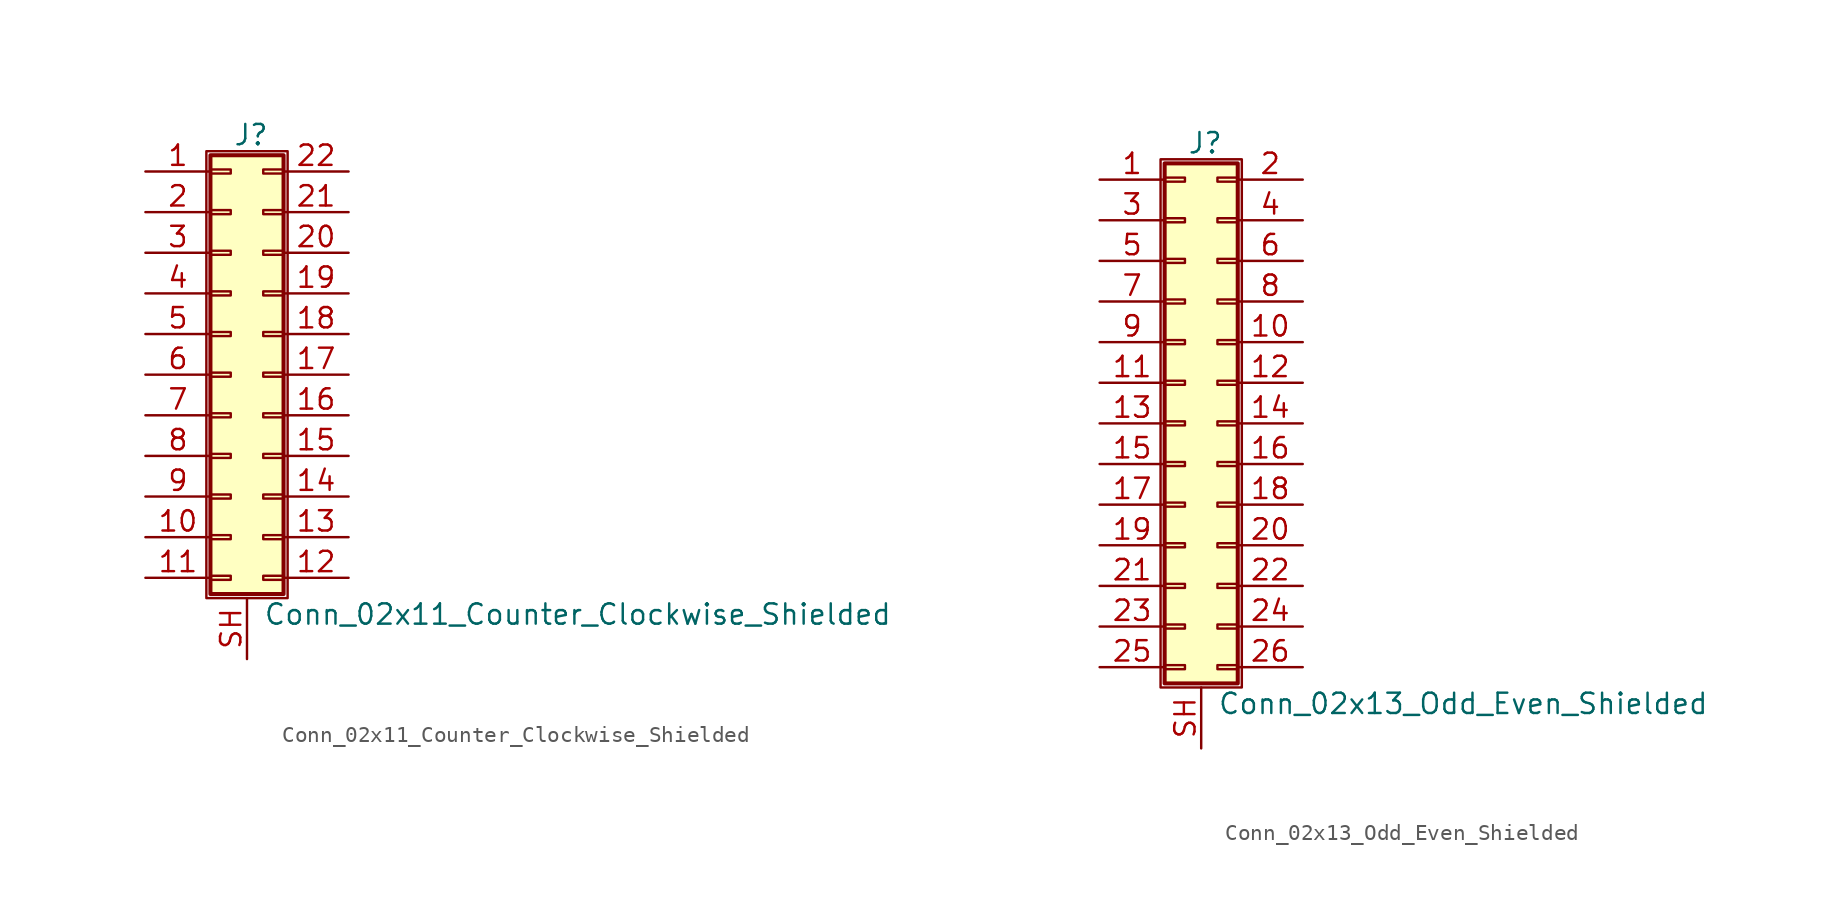
<source format=kicad_sym>
(kicad_symbol_lib
  (version 20201005)
  (generator kicad_symbol_editor)
  (symbol "Conn_02x11_Counter_Clockwise_Shielded"
    (pin_names
      (offset 1.016) hide)
    (property "Reference" "J"
      (at 1.524 14.986 0)
      (effects (font (size 1.27 1.27))))
    (property "Value" "Conn_02x11_Counter_Clockwise_Shielded"
      (at 2.286 -14.986 0)
      (effects (font (size 1.27 1.27)) (justify left)))
    (symbol "Conn_02x11_Counter_Clockwise_Shielded_1_1"
      (rectangle (start -1.27 13.97) (end 3.81 -13.97) (stroke (width 0.152)) (fill (type none)))
      (rectangle (start -1.016 -12.573) (end 0.254 -12.827) (stroke (width 0.152)) (fill (type none)))
      (rectangle (start -1.016 -10.033) (end 0.254 -10.287) (stroke (width 0.152)) (fill (type none)))
      (rectangle (start -1.016 -7.493) (end 0.254 -7.747) (stroke (width 0.152)) (fill (type none)))
      (rectangle (start -1.016 -4.953) (end 0.254 -5.207) (stroke (width 0.152)) (fill (type none)))
      (rectangle (start -1.016 -2.413) (end 0.254 -2.667) (stroke (width 0.152)) (fill (type none)))
      (rectangle (start -1.016 0.127) (end 0.254 -0.127) (stroke (width 0.152)) (fill (type none)))
      (rectangle (start -1.016 2.667) (end 0.254 2.413) (stroke (width 0.152)) (fill (type none)))
      (rectangle (start -1.016 5.207) (end 0.254 4.953) (stroke (width 0.152)) (fill (type none)))
      (rectangle (start -1.016 7.747) (end 0.254 7.493) (stroke (width 0.152)) (fill (type none)))
      (rectangle (start -1.016 10.287) (end 0.254 10.033) (stroke (width 0.152)) (fill (type none)))
      (rectangle (start -1.016 12.827) (end 0.254 12.573) (stroke (width 0.152)) (fill (type none)))
      (rectangle (start -1.016 13.716) (end 3.556 -13.716) (stroke (width 0.254)) (fill (type background)))
      (rectangle (start 3.556 -12.573) (end 2.286 -12.827) (stroke (width 0.152)) (fill (type none)))
      (rectangle (start 3.556 -10.033) (end 2.286 -10.287) (stroke (width 0.152)) (fill (type none)))
      (rectangle (start 3.556 -7.493) (end 2.286 -7.747) (stroke (width 0.152)) (fill (type none)))
      (rectangle (start 3.556 -4.953) (end 2.286 -5.207) (stroke (width 0.152)) (fill (type none)))
      (rectangle (start 3.556 -2.413) (end 2.286 -2.667) (stroke (width 0.152)) (fill (type none)))
      (rectangle (start 3.556 0.127) (end 2.286 -0.127) (stroke (width 0.152)) (fill (type none)))
      (rectangle (start 3.556 2.667) (end 2.286 2.413) (stroke (width 0.152)) (fill (type none)))
      (rectangle (start 3.556 5.207) (end 2.286 4.953) (stroke (width 0.152)) (fill (type none)))
      (rectangle (start 3.556 7.747) (end 2.286 7.493) (stroke (width 0.152)) (fill (type none)))
      (rectangle (start 3.556 10.287) (end 2.286 10.033) (stroke (width 0.152)) (fill (type none)))
      (rectangle (start 3.556 12.827) (end 2.286 12.573) (stroke (width 0.152)) (fill (type none)))
      (pin passive line (at -5.08 12.7 0) (length 4.064) (name "Pin_1" (effects (font (size 1.27 1.27)))) (number "1" (effects (font (size 1.27 1.27)))))
      (pin passive line (at -5.08 -10.16 0) (length 4.064) (name "Pin_10" (effects (font (size 1.27 1.27)))) (number "10" (effects (font (size 1.27 1.27)))))
      (pin passive line (at -5.08 -12.7 0) (length 4.064) (name "Pin_11" (effects (font (size 1.27 1.27)))) (number "11" (effects (font (size 1.27 1.27)))))
      (pin passive line (at 7.62 -12.7 180) (length 4.064) (name "Pin_12" (effects (font (size 1.27 1.27)))) (number "12" (effects (font (size 1.27 1.27)))))
      (pin passive line (at 7.62 -10.16 180) (length 4.064) (name "Pin_13" (effects (font (size 1.27 1.27)))) (number "13" (effects (font (size 1.27 1.27)))))
      (pin passive line (at 7.62 -7.62 180) (length 4.064) (name "Pin_14" (effects (font (size 1.27 1.27)))) (number "14" (effects (font (size 1.27 1.27)))))
      (pin passive line (at 7.62 -5.08 180) (length 4.064) (name "Pin_15" (effects (font (size 1.27 1.27)))) (number "15" (effects (font (size 1.27 1.27)))))
      (pin passive line (at 7.62 -2.54 180) (length 4.064) (name "Pin_16" (effects (font (size 1.27 1.27)))) (number "16" (effects (font (size 1.27 1.27)))))
      (pin passive line (at 7.62 0 180) (length 4.064) (name "Pin_17" (effects (font (size 1.27 1.27)))) (number "17" (effects (font (size 1.27 1.27)))))
      (pin passive line (at 7.62 2.54 180) (length 4.064) (name "Pin_18" (effects (font (size 1.27 1.27)))) (number "18" (effects (font (size 1.27 1.27)))))
      (pin passive line (at 7.62 5.08 180) (length 4.064) (name "Pin_19" (effects (font (size 1.27 1.27)))) (number "19" (effects (font (size 1.27 1.27)))))
      (pin passive line (at -5.08 10.16 0) (length 4.064) (name "Pin_2" (effects (font (size 1.27 1.27)))) (number "2" (effects (font (size 1.27 1.27)))))
      (pin passive line (at 7.62 7.62 180) (length 4.064) (name "Pin_20" (effects (font (size 1.27 1.27)))) (number "20" (effects (font (size 1.27 1.27)))))
      (pin passive line (at 7.62 10.16 180) (length 4.064) (name "Pin_21" (effects (font (size 1.27 1.27)))) (number "21" (effects (font (size 1.27 1.27)))))
      (pin passive line (at 7.62 12.7 180) (length 4.064) (name "Pin_22" (effects (font (size 1.27 1.27)))) (number "22" (effects (font (size 1.27 1.27)))))
      (pin passive line (at -5.08 7.62 0) (length 4.064) (name "Pin_3" (effects (font (size 1.27 1.27)))) (number "3" (effects (font (size 1.27 1.27)))))
      (pin passive line (at -5.08 5.08 0) (length 4.064) (name "Pin_4" (effects (font (size 1.27 1.27)))) (number "4" (effects (font (size 1.27 1.27)))))
      (pin passive line (at -5.08 2.54 0) (length 4.064) (name "Pin_5" (effects (font (size 1.27 1.27)))) (number "5" (effects (font (size 1.27 1.27)))))
      (pin passive line (at -5.08 0 0) (length 4.064) (name "Pin_6" (effects (font (size 1.27 1.27)))) (number "6" (effects (font (size 1.27 1.27)))))
      (pin passive line (at -5.08 -2.54 0) (length 4.064) (name "Pin_7" (effects (font (size 1.27 1.27)))) (number "7" (effects (font (size 1.27 1.27)))))
      (pin passive line (at -5.08 -5.08 0) (length 4.064) (name "Pin_8" (effects (font (size 1.27 1.27)))) (number "8" (effects (font (size 1.27 1.27)))))
      (pin passive line (at -5.08 -7.62 0) (length 4.064) (name "Pin_9" (effects (font (size 1.27 1.27)))) (number "9" (effects (font (size 1.27 1.27)))))
      (pin passive line (at 1.27 -17.78 90) (length 3.81) (name "Shield" (effects (font (size 1.27 1.27)))) (number "SH" (effects (font (size 1.27 1.27)))))))
  (symbol "Conn_02x13_Odd_Even_Shielded"
    (pin_names
      (offset 1.016) hide)
    (property "Reference" "J"
      (at 1.524 17.526 0)
      (effects (font (size 1.27 1.27))))
    (property "Value" "Conn_02x13_Odd_Even_Shielded"
      (at 2.286 -17.526 0)
      (effects (font (size 1.27 1.27)) (justify left)))
    (symbol "Conn_02x13_Odd_Even_Shielded_1_1"
      (rectangle (start -1.27 16.51) (end 3.81 -16.51) (stroke (width 0.152)) (fill (type none)))
      (rectangle (start -1.016 -15.113) (end 0.254 -15.367) (stroke (width 0.152)) (fill (type none)))
      (rectangle (start -1.016 -12.573) (end 0.254 -12.827) (stroke (width 0.152)) (fill (type none)))
      (rectangle (start -1.016 -10.033) (end 0.254 -10.287) (stroke (width 0.152)) (fill (type none)))
      (rectangle (start -1.016 -7.493) (end 0.254 -7.747) (stroke (width 0.152)) (fill (type none)))
      (rectangle (start -1.016 -4.953) (end 0.254 -5.207) (stroke (width 0.152)) (fill (type none)))
      (rectangle (start -1.016 -2.413) (end 0.254 -2.667) (stroke (width 0.152)) (fill (type none)))
      (rectangle (start -1.016 0.127) (end 0.254 -0.127) (stroke (width 0.152)) (fill (type none)))
      (rectangle (start -1.016 2.667) (end 0.254 2.413) (stroke (width 0.152)) (fill (type none)))
      (rectangle (start -1.016 5.207) (end 0.254 4.953) (stroke (width 0.152)) (fill (type none)))
      (rectangle (start -1.016 7.747) (end 0.254 7.493) (stroke (width 0.152)) (fill (type none)))
      (rectangle (start -1.016 10.287) (end 0.254 10.033) (stroke (width 0.152)) (fill (type none)))
      (rectangle (start -1.016 12.827) (end 0.254 12.573) (stroke (width 0.152)) (fill (type none)))
      (rectangle (start -1.016 15.367) (end 0.254 15.113) (stroke (width 0.152)) (fill (type none)))
      (rectangle (start -1.016 16.256) (end 3.556 -16.256) (stroke (width 0.254)) (fill (type background)))
      (rectangle (start 3.556 -15.113) (end 2.286 -15.367) (stroke (width 0.152)) (fill (type none)))
      (rectangle (start 3.556 -12.573) (end 2.286 -12.827) (stroke (width 0.152)) (fill (type none)))
      (rectangle (start 3.556 -10.033) (end 2.286 -10.287) (stroke (width 0.152)) (fill (type none)))
      (rectangle (start 3.556 -7.493) (end 2.286 -7.747) (stroke (width 0.152)) (fill (type none)))
      (rectangle (start 3.556 -4.953) (end 2.286 -5.207) (stroke (width 0.152)) (fill (type none)))
      (rectangle (start 3.556 -2.413) (end 2.286 -2.667) (stroke (width 0.152)) (fill (type none)))
      (rectangle (start 3.556 0.127) (end 2.286 -0.127) (stroke (width 0.152)) (fill (type none)))
      (rectangle (start 3.556 2.667) (end 2.286 2.413) (stroke (width 0.152)) (fill (type none)))
      (rectangle (start 3.556 5.207) (end 2.286 4.953) (stroke (width 0.152)) (fill (type none)))
      (rectangle (start 3.556 7.747) (end 2.286 7.493) (stroke (width 0.152)) (fill (type none)))
      (rectangle (start 3.556 10.287) (end 2.286 10.033) (stroke (width 0.152)) (fill (type none)))
      (rectangle (start 3.556 12.827) (end 2.286 12.573) (stroke (width 0.152)) (fill (type none)))
      (rectangle (start 3.556 15.367) (end 2.286 15.113) (stroke (width 0.152)) (fill (type none)))
      (pin passive line (at -5.08 15.24 0) (length 4.064) (name "Pin_1" (effects (font (size 1.27 1.27)))) (number "1" (effects (font (size 1.27 1.27)))))
      (pin passive line (at 7.62 5.08 180) (length 4.064) (name "Pin_10" (effects (font (size 1.27 1.27)))) (number "10" (effects (font (size 1.27 1.27)))))
      (pin passive line (at -5.08 2.54 0) (length 4.064) (name "Pin_11" (effects (font (size 1.27 1.27)))) (number "11" (effects (font (size 1.27 1.27)))))
      (pin passive line (at 7.62 2.54 180) (length 4.064) (name "Pin_12" (effects (font (size 1.27 1.27)))) (number "12" (effects (font (size 1.27 1.27)))))
      (pin passive line (at -5.08 0 0) (length 4.064) (name "Pin_13" (effects (font (size 1.27 1.27)))) (number "13" (effects (font (size 1.27 1.27)))))
      (pin passive line (at 7.62 0 180) (length 4.064) (name "Pin_14" (effects (font (size 1.27 1.27)))) (number "14" (effects (font (size 1.27 1.27)))))
      (pin passive line (at -5.08 -2.54 0) (length 4.064) (name "Pin_15" (effects (font (size 1.27 1.27)))) (number "15" (effects (font (size 1.27 1.27)))))
      (pin passive line (at 7.62 -2.54 180) (length 4.064) (name "Pin_16" (effects (font (size 1.27 1.27)))) (number "16" (effects (font (size 1.27 1.27)))))
      (pin passive line (at -5.08 -5.08 0) (length 4.064) (name "Pin_17" (effects (font (size 1.27 1.27)))) (number "17" (effects (font (size 1.27 1.27)))))
      (pin passive line (at 7.62 -5.08 180) (length 4.064) (name "Pin_18" (effects (font (size 1.27 1.27)))) (number "18" (effects (font (size 1.27 1.27)))))
      (pin passive line (at -5.08 -7.62 0) (length 4.064) (name "Pin_19" (effects (font (size 1.27 1.27)))) (number "19" (effects (font (size 1.27 1.27)))))
      (pin passive line (at 7.62 15.24 180) (length 4.064) (name "Pin_2" (effects (font (size 1.27 1.27)))) (number "2" (effects (font (size 1.27 1.27)))))
      (pin passive line (at 7.62 -7.62 180) (length 4.064) (name "Pin_20" (effects (font (size 1.27 1.27)))) (number "20" (effects (font (size 1.27 1.27)))))
      (pin passive line (at -5.08 -10.16 0) (length 4.064) (name "Pin_21" (effects (font (size 1.27 1.27)))) (number "21" (effects (font (size 1.27 1.27)))))
      (pin passive line (at 7.62 -10.16 180) (length 4.064) (name "Pin_22" (effects (font (size 1.27 1.27)))) (number "22" (effects (font (size 1.27 1.27)))))
      (pin passive line (at -5.08 -12.7 0) (length 4.064) (name "Pin_23" (effects (font (size 1.27 1.27)))) (number "23" (effects (font (size 1.27 1.27)))))
      (pin passive line (at 7.62 -12.7 180) (length 4.064) (name "Pin_24" (effects (font (size 1.27 1.27)))) (number "24" (effects (font (size 1.27 1.27)))))
      (pin passive line (at -5.08 -15.24 0) (length 4.064) (name "Pin_25" (effects (font (size 1.27 1.27)))) (number "25" (effects (font (size 1.27 1.27)))))
      (pin passive line (at 7.62 -15.24 180) (length 4.064) (name "Pin_26" (effects (font (size 1.27 1.27)))) (number "26" (effects (font (size 1.27 1.27)))))
      (pin passive line (at -5.08 12.7 0) (length 4.064) (name "Pin_3" (effects (font (size 1.27 1.27)))) (number "3" (effects (font (size 1.27 1.27)))))
      (pin passive line (at 7.62 12.7 180) (length 4.064) (name "Pin_4" (effects (font (size 1.27 1.27)))) (number "4" (effects (font (size 1.27 1.27)))))
      (pin passive line (at -5.08 10.16 0) (length 4.064) (name "Pin_5" (effects (font (size 1.27 1.27)))) (number "5" (effects (font (size 1.27 1.27)))))
      (pin passive line (at 7.62 10.16 180) (length 4.064) (name "Pin_6" (effects (font (size 1.27 1.27)))) (number "6" (effects (font (size 1.27 1.27)))))
      (pin passive line (at -5.08 7.62 0) (length 4.064) (name "Pin_7" (effects (font (size 1.27 1.27)))) (number "7" (effects (font (size 1.27 1.27)))))
      (pin passive line (at 7.62 7.62 180) (length 4.064) (name "Pin_8" (effects (font (size 1.27 1.27)))) (number "8" (effects (font (size 1.27 1.27)))))
      (pin passive line (at -5.08 5.08 0) (length 4.064) (name "Pin_9" (effects (font (size 1.27 1.27)))) (number "9" (effects (font (size 1.27 1.27)))))
      (pin passive line (at 1.27 -20.32 90) (length 3.81) (name "Shield" (effects (font (size 1.27 1.27)))) (number "SH" (effects (font (size 1.27 1.27))))))))
</source>
